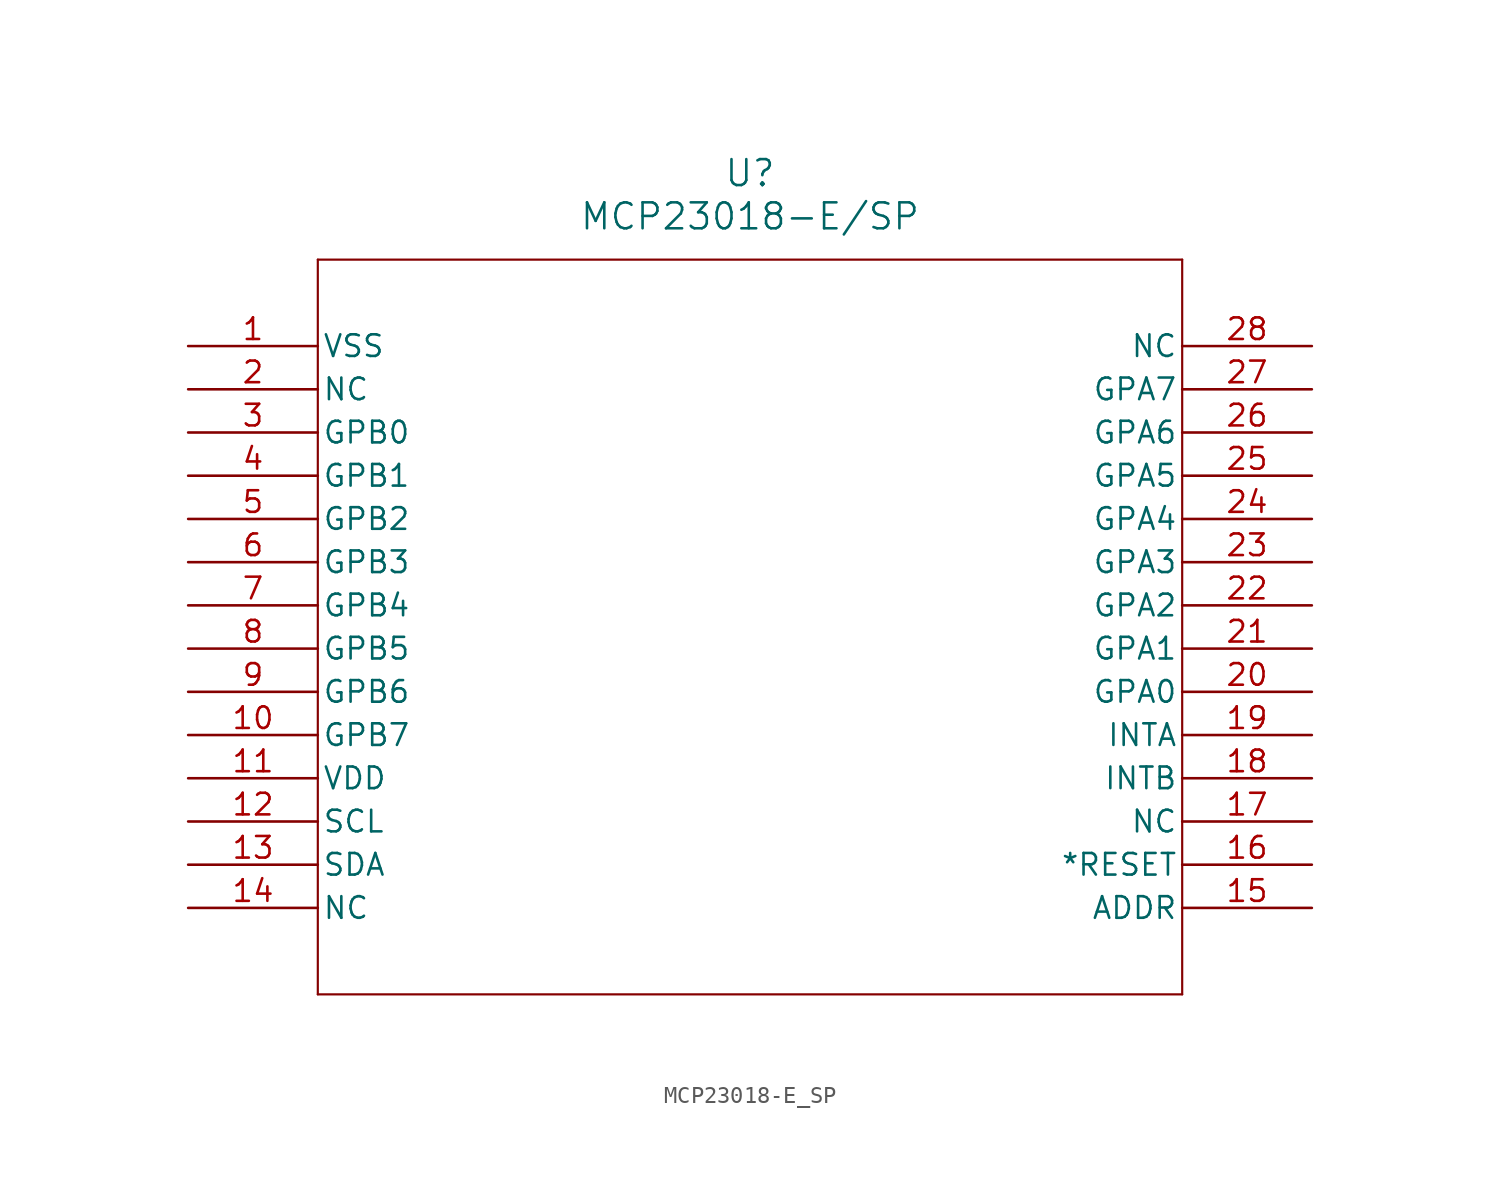
<source format=kicad_sym>
(kicad_symbol_lib
  (version 20211014)
  (generator kicad_symbol_editor)
  (symbol "MCP23018-E_SP"
    (pin_names
      (offset 0.254))
    (property "Reference" "U"
      (at 33.02 10.16 0)
      (effects (font (size 1.524 1.524))))
    (property "Value" "MCP23018-E/SP"
      (at 33.02 7.62 0)
      (effects (font (size 1.524 1.524))))
    (symbol "MCP23018-E_SP_0_1"
      (polyline (pts (xy 7.62 5.08) (xy 7.62 -38.1)) (stroke (width 0.127) (type default) (color 0 0 0 0)) (fill (type none)))
      (polyline (pts (xy 7.62 -38.1) (xy 58.42 -38.1)) (stroke (width 0.127) (type default) (color 0 0 0 0)) (fill (type none)))
      (polyline (pts (xy 58.42 -38.1) (xy 58.42 5.08)) (stroke (width 0.127) (type default) (color 0 0 0 0)) (fill (type none)))
      (polyline (pts (xy 58.42 5.08) (xy 7.62 5.08)) (stroke (width 0.127) (type default) (color 0 0 0 0)) (fill (type none)))
      (pin unspecified line (at 0 0 0) (length 7.62) (name "VSS" (effects (font (size 1.27 1.27)))) (number "1" (effects (font (size 1.27 1.27)))))
      (pin unspecified line (at 0 -2.54 0) (length 7.62) (name "NC" (effects (font (size 1.27 1.27)))) (number "2" (effects (font (size 1.27 1.27)))))
      (pin unspecified line (at 0 -5.08 0) (length 7.62) (name "GPB0" (effects (font (size 1.27 1.27)))) (number "3" (effects (font (size 1.27 1.27)))))
      (pin unspecified line (at 0 -7.62 0) (length 7.62) (name "GPB1" (effects (font (size 1.27 1.27)))) (number "4" (effects (font (size 1.27 1.27)))))
      (pin unspecified line (at 0 -10.16 0) (length 7.62) (name "GPB2" (effects (font (size 1.27 1.27)))) (number "5" (effects (font (size 1.27 1.27)))))
      (pin unspecified line (at 0 -12.7 0) (length 7.62) (name "GPB3" (effects (font (size 1.27 1.27)))) (number "6" (effects (font (size 1.27 1.27)))))
      (pin unspecified line (at 0 -15.24 0) (length 7.62) (name "GPB4" (effects (font (size 1.27 1.27)))) (number "7" (effects (font (size 1.27 1.27)))))
      (pin unspecified line (at 0 -17.78 0) (length 7.62) (name "GPB5" (effects (font (size 1.27 1.27)))) (number "8" (effects (font (size 1.27 1.27)))))
      (pin unspecified line (at 0 -20.32 0) (length 7.62) (name "GPB6" (effects (font (size 1.27 1.27)))) (number "9" (effects (font (size 1.27 1.27)))))
      (pin unspecified line (at 0 -22.86 0) (length 7.62) (name "GPB7" (effects (font (size 1.27 1.27)))) (number "10" (effects (font (size 1.27 1.27)))))
      (pin unspecified line (at 0 -25.4 0) (length 7.62) (name "VDD" (effects (font (size 1.27 1.27)))) (number "11" (effects (font (size 1.27 1.27)))))
      (pin unspecified line (at 0 -27.94 0) (length 7.62) (name "SCL" (effects (font (size 1.27 1.27)))) (number "12" (effects (font (size 1.27 1.27)))))
      (pin unspecified line (at 0 -30.48 0) (length 7.62) (name "SDA" (effects (font (size 1.27 1.27)))) (number "13" (effects (font (size 1.27 1.27)))))
      (pin unspecified line (at 0 -33.02 0) (length 7.62) (name "NC" (effects (font (size 1.27 1.27)))) (number "14" (effects (font (size 1.27 1.27)))))
      (pin unspecified line (at 66.04 -33.02 180) (length 7.62) (name "ADDR" (effects (font (size 1.27 1.27)))) (number "15" (effects (font (size 1.27 1.27)))))
      (pin unspecified line (at 66.04 -30.48 180) (length 7.62) (name "*RESET" (effects (font (size 1.27 1.27)))) (number "16" (effects (font (size 1.27 1.27)))))
      (pin unspecified line (at 66.04 -27.94 180) (length 7.62) (name "NC" (effects (font (size 1.27 1.27)))) (number "17" (effects (font (size 1.27 1.27)))))
      (pin unspecified line (at 66.04 -25.4 180) (length 7.62) (name "INTB" (effects (font (size 1.27 1.27)))) (number "18" (effects (font (size 1.27 1.27)))))
      (pin unspecified line (at 66.04 -22.86 180) (length 7.62) (name "INTA" (effects (font (size 1.27 1.27)))) (number "19" (effects (font (size 1.27 1.27)))))
      (pin unspecified line (at 66.04 -20.32 180) (length 7.62) (name "GPA0" (effects (font (size 1.27 1.27)))) (number "20" (effects (font (size 1.27 1.27)))))
      (pin unspecified line (at 66.04 -17.78 180) (length 7.62) (name "GPA1" (effects (font (size 1.27 1.27)))) (number "21" (effects (font (size 1.27 1.27)))))
      (pin unspecified line (at 66.04 -15.24 180) (length 7.62) (name "GPA2" (effects (font (size 1.27 1.27)))) (number "22" (effects (font (size 1.27 1.27)))))
      (pin unspecified line (at 66.04 -12.7 180) (length 7.62) (name "GPA3" (effects (font (size 1.27 1.27)))) (number "23" (effects (font (size 1.27 1.27)))))
      (pin unspecified line (at 66.04 -10.16 180) (length 7.62) (name "GPA4" (effects (font (size 1.27 1.27)))) (number "24" (effects (font (size 1.27 1.27)))))
      (pin unspecified line (at 66.04 -7.62 180) (length 7.62) (name "GPA5" (effects (font (size 1.27 1.27)))) (number "25" (effects (font (size 1.27 1.27)))))
      (pin unspecified line (at 66.04 -5.08 180) (length 7.62) (name "GPA6" (effects (font (size 1.27 1.27)))) (number "26" (effects (font (size 1.27 1.27)))))
      (pin unspecified line (at 66.04 -2.54 180) (length 7.62) (name "GPA7" (effects (font (size 1.27 1.27)))) (number "27" (effects (font (size 1.27 1.27)))))
      (pin unspecified line (at 66.04 0 180) (length 7.62) (name "NC" (effects (font (size 1.27 1.27)))) (number "28" (effects (font (size 1.27 1.27))))))))
</source>
